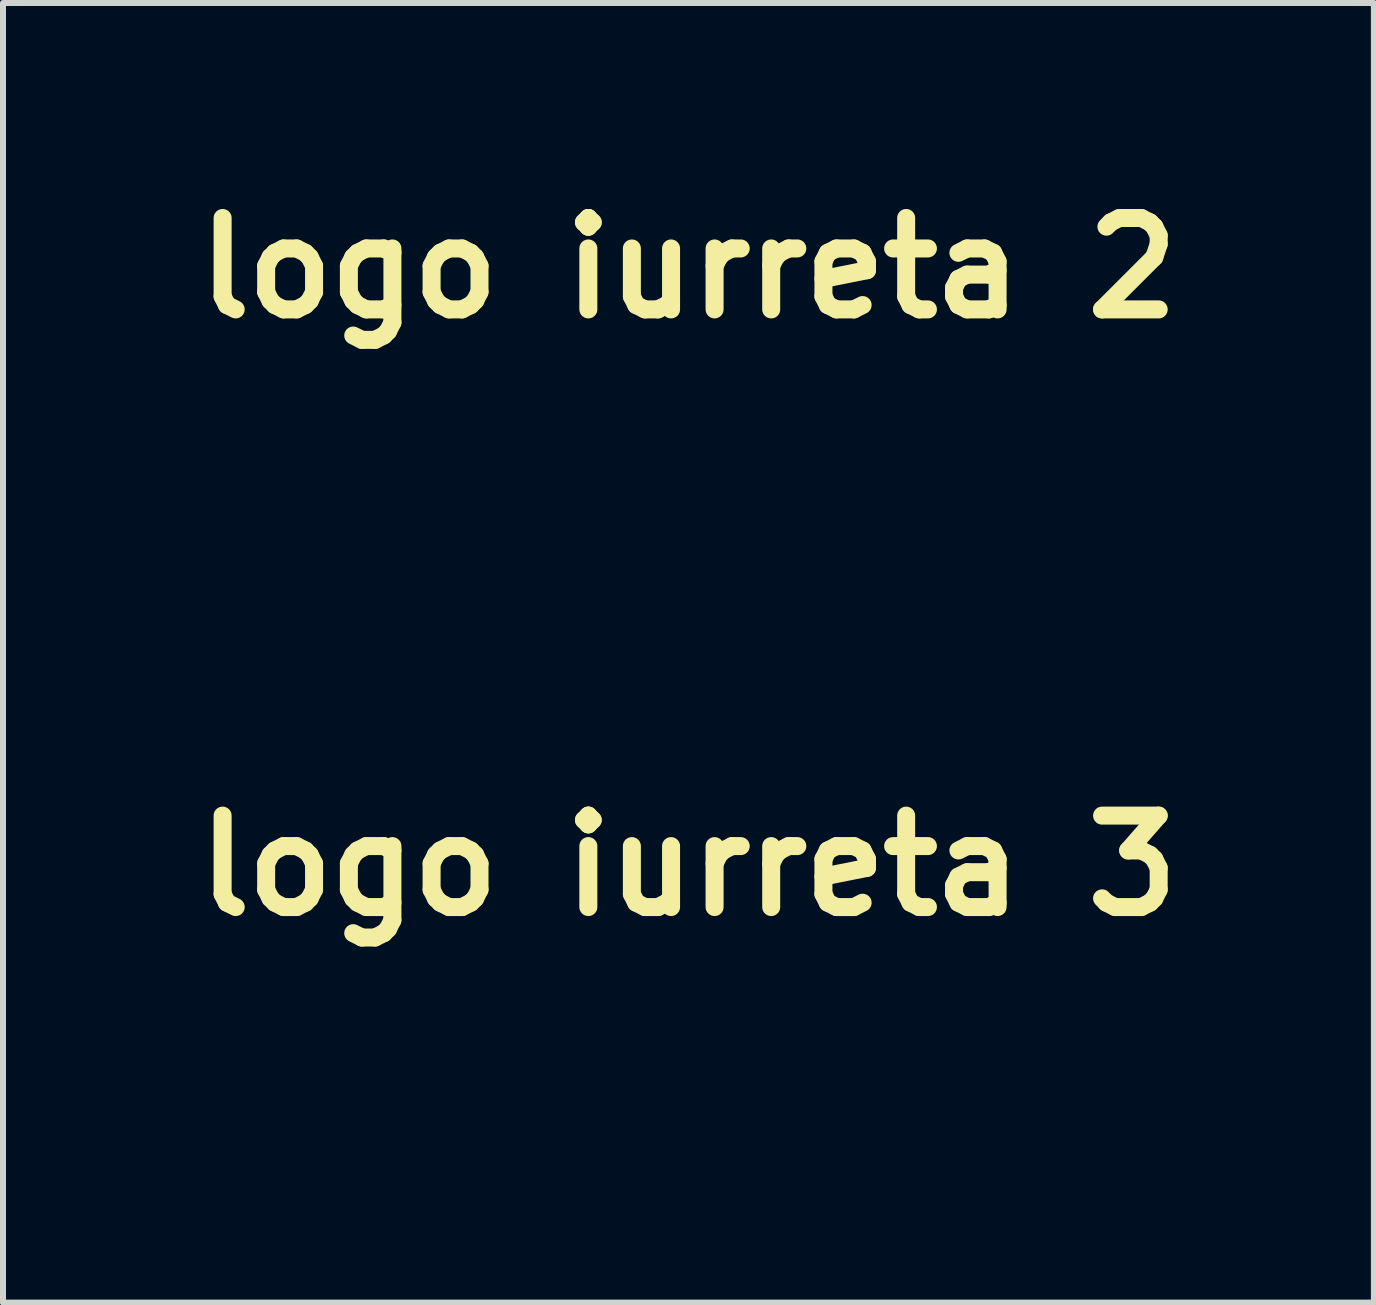
<source format=kicad_pcb>
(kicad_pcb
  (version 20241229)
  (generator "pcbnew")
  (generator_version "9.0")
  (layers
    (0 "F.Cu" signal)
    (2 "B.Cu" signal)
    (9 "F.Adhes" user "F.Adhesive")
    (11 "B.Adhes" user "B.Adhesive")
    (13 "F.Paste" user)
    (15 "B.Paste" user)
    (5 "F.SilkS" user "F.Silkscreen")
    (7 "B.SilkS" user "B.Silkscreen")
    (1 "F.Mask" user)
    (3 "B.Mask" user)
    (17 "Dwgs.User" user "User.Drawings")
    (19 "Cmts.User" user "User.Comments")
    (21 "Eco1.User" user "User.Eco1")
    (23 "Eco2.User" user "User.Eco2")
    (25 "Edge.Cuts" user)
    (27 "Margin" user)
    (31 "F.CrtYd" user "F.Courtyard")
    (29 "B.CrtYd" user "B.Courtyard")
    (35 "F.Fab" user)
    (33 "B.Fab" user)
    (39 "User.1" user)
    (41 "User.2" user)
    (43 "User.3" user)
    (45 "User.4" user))
  (footprint "logo iurreta 2"
    (layer "F.Cu")
    (at 8.426 1.418)
    (property "Reference" "logo iurreta 2" (at 0 0 0) (layer "F.SilkS") (effects (font (size 1.524 1.524) (thickness 0.3))))
    (attr through_hole)
    (fp_poly (pts (xy -1.872 0.401) (xy -2.005 0.535) (xy -2.139 0.401) (xy -2.005 0.267) (xy -1.872 0.401)) (stroke (width 0.01) (type solid)) (fill no) (layer "Eco2.User"))
    (fp_poly (pts (xy 1.337 1.471) (xy 1.203 1.604) (xy 1.069 1.471) (xy 1.203 1.337) (xy 1.337 1.471)) (stroke (width 0.01) (type solid)) (fill no) (layer "Eco2.User"))
    (fp_poly (pts (xy 1.872 2.005) (xy 1.738 2.139) (xy 1.604 2.005) (xy 1.738 1.872) (xy 1.872 2.005)) (stroke (width 0.01) (type solid)) (fill no) (layer "Eco2.User"))
    (fp_poly (pts (xy -1.422 -0.05) (xy -1.39 0.368) (xy -1.443 0.462) (xy -1.564 0.383) (xy -1.583 0.111) (xy -1.518 -0.174) (xy -1.422 -0.05)) (stroke (width 0.01) (type solid)) (fill no) (layer "Eco2.User")))
  (footprint "logo iurreta 3"
    (layer "F.Cu")
    (at 8.426 11.38)
    (property "Reference" "logo iurreta 3" (at 0 0 0) (layer "F.SilkS") (effects (font (size 1.524 1.524) (thickness 0.3))))
    (attr through_hole)
    (fp_poly (pts (xy -6.149 -3.609) (xy -6.283 -3.476) (xy -6.417 -3.609) (xy -6.283 -3.743) (xy -6.149 -3.609)) (stroke (width 0.01) (type solid)) (fill no) (layer "Eco2.User"))
    (fp_poly (pts (xy -5.882 -1.203) (xy -6.016 -1.069) (xy -6.149 -1.203) (xy -6.016 -1.337) (xy -5.882 -1.203)) (stroke (width 0.01) (type solid)) (fill no) (layer "Eco2.User"))
    (fp_poly (pts (xy -2.139 -0.936) (xy -2.273 -0.802) (xy -2.406 -0.936) (xy -2.273 -1.069) (xy -2.139 -0.936)) (stroke (width 0.01) (type solid)) (fill no) (layer "Eco2.User"))
    (fp_poly (pts (xy -1.872 -1.738) (xy -2.005 -1.604) (xy -2.139 -1.738) (xy -2.005 -1.872) (xy -1.872 -1.738)) (stroke (width 0.01) (type solid)) (fill no) (layer "Eco2.User"))
    (fp_poly (pts (xy -1.604 -2.807) (xy -1.738 -2.674) (xy -1.872 -2.807) (xy -1.738 -2.941) (xy -1.604 -2.807)) (stroke (width 0.01) (type solid)) (fill no) (layer "Eco2.User"))
    (fp_poly (pts (xy -6.239 -2.05) (xy -6.207 -1.733) (xy -6.239 -1.693) (xy -6.398 -1.73) (xy -6.417 -1.872) (xy -6.319 -2.092) (xy -6.239 -2.05)) (stroke (width 0.01) (type solid)) (fill no) (layer "Eco2.User"))
    (fp_poly (pts (xy -3.298 -2.585) (xy -3.266 -2.267) (xy -3.298 -2.228) (xy -3.456 -2.265) (xy -3.476 -2.406) (xy -3.378 -2.626) (xy -3.298 -2.585)) (stroke (width 0.01) (type solid)) (fill no) (layer "Eco2.User"))
    (fp_poly (pts (xy -3.026 -1.387) (xy -2.994 -0.969) (xy -3.047 -0.875) (xy -3.168 -0.954) (xy -3.187 -1.225) (xy -3.122 -1.511) (xy -3.026 -1.387)) (stroke (width 0.01) (type solid)) (fill no) (layer "Eco2.User"))
    (fp_poly (pts (xy -5.656 -0.694) (xy -5.369 -0.425) (xy -5.428 -0.27) (xy -5.465 -0.267) (xy -5.691 -0.457) (xy -5.774 -0.576) (xy -5.805 -0.759) (xy -5.656 -0.694)) (stroke (width 0.01) (type solid)) (fill no) (layer "Eco2.User"))
    (fp_poly (pts (xy -4.319 -4.437) (xy -4.032 -4.168) (xy -4.091 -4.013) (xy -4.128 -4.011) (xy -4.355 -4.2) (xy -4.437 -4.319) (xy -4.469 -4.502) (xy -4.319 -4.437)) (stroke (width 0.01) (type solid)) (fill no) (layer "Eco2.User"))
    (fp_poly (pts (xy -3.745 -3.582) (xy -3.71 -3.547) (xy -3.499 -3.197) (xy -3.527 -3.068) (xy -3.726 -3.148) (xy -3.86 -3.397) (xy -3.941 -3.71) (xy -3.745 -3.582)) (stroke (width 0.01) (type solid)) (fill no) (layer "Eco2.User"))
    (fp_poly (pts (xy -5.43 3.008) (xy -5.389 3.686) (xy -5.43 3.944) (xy -5.508 4.027) (xy -5.55 3.657) (xy -5.553 3.476) (xy -5.525 2.989) (xy -5.455 2.932) (xy -5.43 3.008)) (stroke (width 0.01) (type solid)) (fill no) (layer "Eco2.User"))
    (fp_poly (pts (xy -4.897 -4.64) (xy -4.946 -4.545) (xy -5.198 -4.29) (xy -5.245 -4.278) (xy -5.263 -4.451) (xy -5.214 -4.545) (xy -4.962 -4.801) (xy -4.915 -4.813) (xy -4.897 -4.64)) (stroke (width 0.01) (type solid)) (fill no) (layer "Eco2.User"))
    (fp_poly (pts (xy 2.311 2.967) (xy 2.324 3.013) (xy 2.363 3.595) (xy 2.314 3.815) (xy 2.227 3.824) (xy 2.191 3.405) (xy 2.191 3.342) (xy 2.23 2.927) (xy 2.311 2.967)) (stroke (width 0.01) (type solid)) (fill no) (layer "Eco2.User"))
    (fp_poly (pts (xy -3.179 -0.383) (xy -2.96 0.018) (xy -3.012 0.587) (xy -3.287 1.024) (xy -3.507 1.114) (xy -3.562 0.812) (xy -3.525 0.39) (xy -3.396 -0.178) (xy -3.215 -0.395) (xy -3.179 -0.383)) (stroke (width 0.01) (type solid)) (fill no) (layer "Eco2.User"))
    (fp_poly (pts (xy -4.925 0.335) (xy -4.461 0.62) (xy -4.189 0.624) (xy -4.025 0.65) (xy -4.011 0.758) (xy -4.147 1.05) (xy -4.515 0.915) (xy -4.972 0.468) (xy -5.311 0.06) (xy -5.293 0.03) (xy -4.925 0.335)) (stroke (width 0.01) (type solid)) (fill no) (layer "Eco2.User"))
    (fp_poly (pts (xy -0.358 3.294) (xy -0.356 3.409) (xy -0.362 3.994) (xy -0.377 4.255) (xy -0.379 4.256) (xy -0.552 4.067) (xy -0.869 3.721) (xy -1.154 3.342) (xy -1.044 3.213) (xy -0.958 3.208) (xy -0.545 3.009) (xy -0.468 2.874) (xy -0.394 2.871) (xy -0.358 3.294)) (stroke (width 0.01) (type solid)) (fill no) (layer "Eco2.User"))
    (fp_poly (pts (xy -5.492 -3.731) (xy -5.053 -3.367) (xy -4.839 -3.136) (xy -4.229 -2.363) (xy -3.768 -1.647) (xy -3.53 -1.116) (xy -3.54 -0.916) (xy -3.709 -1.059) (xy -3.997 -1.548) (xy -4.086 -1.728) (xy -4.567 -2.474) (xy -5.149 -3.055) (xy -5.201 -3.091) (xy -5.633 -3.468) (xy -5.736 -3.763) (xy -5.733 -3.767) (xy -5.492 -3.731)) (stroke (width 0.01) (type solid)) (fill no) (layer "Eco2.User"))
    (fp_poly (pts (xy -3.518 2.862) (xy -3.502 3.088) (xy -3.619 3.696) (xy -3.943 4.109) (xy -4.338 4.236) (xy -4.668 3.985) (xy -4.71 3.892) (xy -4.775 3.307) (xy -4.733 3.024) (xy -4.637 2.857) (xy -4.581 3.209) (xy -4.576 3.298) (xy -4.437 3.837) (xy -4.157 3.919) (xy -3.848 3.558) (xy -3.71 3.189) (xy -3.577 2.776) (xy -3.518 2.862)) (stroke (width 0.01) (type solid)) (fill no) (layer "Eco2.User"))
    (fp_poly (pts (xy 0.472 2.834) (xy 0.887 3.192) (xy 1.069 3.281) (xy 1.296 3.407) (xy 1.007 3.454) (xy 1.003 3.455) (xy 0.605 3.59) (xy 0.535 3.724) (xy 0.755 3.991) (xy 1.003 4.094) (xy 1.241 4.19) (xy 0.968 4.241) (xy 0.869 4.247) (xy 0.451 4.183) (xy 0.289 3.833) (xy 0.271 3.409) (xy 0.324 2.908) (xy 0.447 2.803) (xy 0.472 2.834)) (stroke (width 0.01) (type solid)) (fill no) (layer "Eco2.User"))
    (fp_poly (pts (xy -3.031 2.874) (xy -2.68 3.185) (xy -2.54 3.208) (xy -2.139 2.998) (xy -2.072 2.874) (xy -1.999 2.871) (xy -1.962 3.294) (xy -1.961 3.409) (xy -1.967 4.001) (xy -1.983 4.276) (xy -1.984 4.278) (xy -2.131 4.09) (xy -2.327 3.81) (xy -2.611 3.498) (xy -2.849 3.641) (xy -2.923 3.743) (xy -3.114 3.92) (xy -3.183 3.649) (xy -3.183 3.342) (xy -3.136 2.887) (xy -3.042 2.85) (xy -3.031 2.874)) (stroke (width 0.01) (type solid)) (fill no) (layer "Eco2.User"))
    (fp_poly (pts (xy 3.783 2.813) (xy 3.998 3.312) (xy 4.164 3.894) (xy 4.154 4.223) (xy 4.152 4.226) (xy 4.024 4.156) (xy 4.011 4.024) (xy 3.804 3.794) (xy 3.476 3.821) (xy 3.031 3.851) (xy 3 3.582) (xy 3.23 3.208) (xy 3.476 3.208) (xy 3.574 3.428) (xy 3.654 3.387) (xy 3.686 3.069) (xy 3.654 3.03) (xy 3.495 3.067) (xy 3.476 3.208) (xy 3.23 3.208) (xy 3.322 3.059) (xy 3.6 2.735) (xy 3.783 2.813)) (stroke (width 0.01) (type solid)) (fill no) (layer "Eco2.User")))
  (gr_rect
    (start -3 -3)
    (end 19.851 18.663)
    (stroke (width 0.1) (type default))
    (fill no)
    (layer "Edge.Cuts")))
</source>
